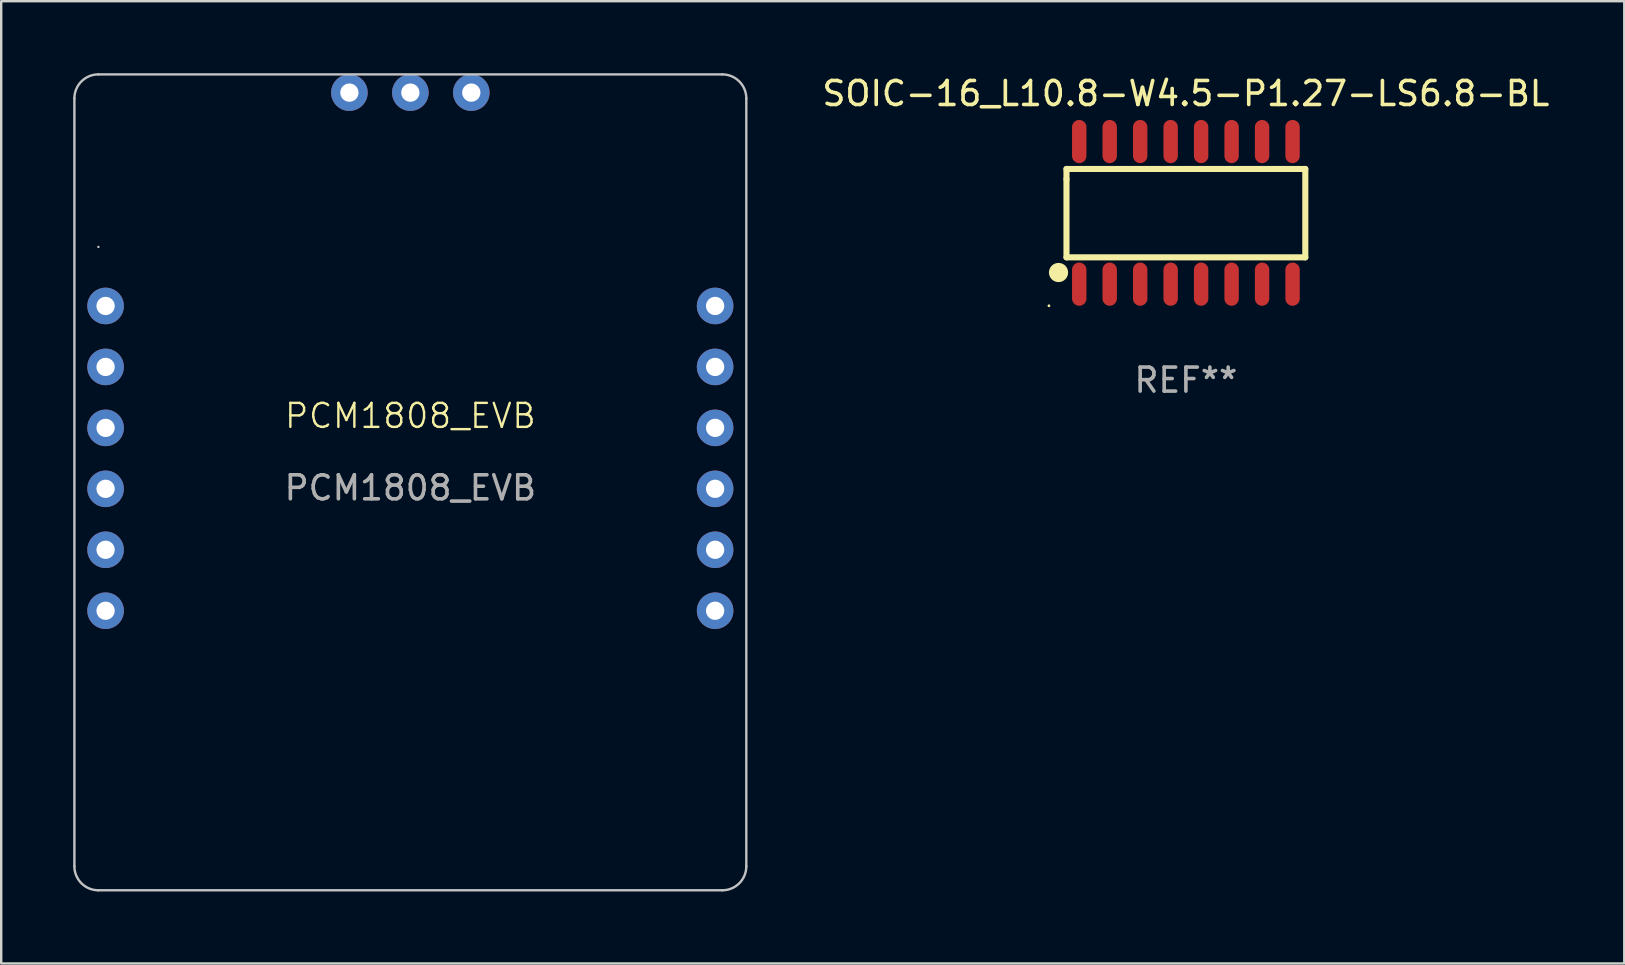
<source format=kicad_pcb>
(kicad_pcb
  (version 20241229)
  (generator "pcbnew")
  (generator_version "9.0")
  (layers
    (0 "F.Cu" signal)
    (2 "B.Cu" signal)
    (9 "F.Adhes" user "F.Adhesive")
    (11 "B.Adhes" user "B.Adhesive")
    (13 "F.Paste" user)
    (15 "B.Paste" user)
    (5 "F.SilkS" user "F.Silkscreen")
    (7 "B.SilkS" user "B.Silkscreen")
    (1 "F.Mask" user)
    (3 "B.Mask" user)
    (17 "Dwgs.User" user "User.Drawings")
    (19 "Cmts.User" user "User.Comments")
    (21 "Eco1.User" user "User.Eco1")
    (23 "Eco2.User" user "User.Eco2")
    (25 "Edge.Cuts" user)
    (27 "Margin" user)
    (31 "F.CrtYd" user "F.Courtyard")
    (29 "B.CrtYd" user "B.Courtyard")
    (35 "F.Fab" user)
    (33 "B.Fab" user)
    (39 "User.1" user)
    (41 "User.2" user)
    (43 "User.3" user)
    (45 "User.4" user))
  (footprint "PCM1808_EVB"
    (layer "F.Cu")
    (at 14.05 16.05)
    (property "Reference" "PCM1808_EVB" (at 0 -1.77 0) (unlocked yes) (layer "F.SilkS") (effects (font (size 1 1) (thickness 0.1))))
    (attr through_hole)
    (fp_line (start -14 17) (end -14 -15) (stroke (width 0.1) (type default)) (layer "Dwgs.User"))
    (fp_line (start -13 -16) (end 13 -16) (stroke (width 0.1) (type default)) (layer "Dwgs.User"))
    (fp_line (start -13 -8.81) (end -13 -8.81) (stroke (width 0.1) (type default)) (layer "Dwgs.User"))
    (fp_line (start 13 18) (end -13 18) (stroke (width 0.1) (type default)) (layer "Dwgs.User"))
    (fp_line (start 14 -15) (end 14 17) (stroke (width 0.1) (type default)) (layer "Dwgs.User"))
    (fp_arc (start -14 -15) (mid -13.707107 -15.707107) (end -13 -16) (stroke (width 0.1) (type default)) (layer "Dwgs.User"))
    (fp_arc (start -13 18) (mid -13.707107 17.707107) (end -14 17) (stroke (width 0.1) (type default)) (layer "Dwgs.User"))
    (fp_arc (start 13 -16) (mid 13.707107 -15.707107) (end 14 -15) (stroke (width 0.1) (type default)) (layer "Dwgs.User"))
    (fp_arc (start 14 17) (mid 13.707107 17.707107) (end 13 18) (stroke (width 0.1) (type default)) (layer "Dwgs.User"))
    (fp_text user "${REFERENCE}" (at 0 1.23 0) (unlocked yes) (layer "F.Fab") (effects (font (size 1 1) (thickness 0.15))))
    (pad "1" thru_hole circle (at -12.7 6.35) (size 1.524 1.524) (drill 0.762) (layers "*.Cu" "*.Mask"))
    (pad "2" thru_hole circle (at -12.7 3.81) (size 1.524 1.524) (drill 0.762) (layers "*.Cu" "*.Mask"))
    (pad "3" thru_hole circle (at -12.7 1.27) (size 1.524 1.524) (drill 0.762) (layers "*.Cu" "*.Mask"))
    (pad "4" thru_hole circle (at -12.7 -1.27) (size 1.524 1.524) (drill 0.762) (layers "*.Cu" "*.Mask"))
    (pad "5" thru_hole circle (at -12.7 -3.81) (size 1.524 1.524) (drill 0.762) (layers "*.Cu" "*.Mask"))
    (pad "6" thru_hole circle (at -12.7 -6.35) (size 1.524 1.524) (drill 0.762) (layers "*.Cu" "*.Mask"))
    (pad "7" thru_hole circle (at -2.54 -15.24) (size 1.524 1.524) (drill 0.762) (layers "*.Cu" "*.Mask"))
    (pad "8" thru_hole circle (at 0 -15.24) (size 1.524 1.524) (drill 0.762) (layers "*.Cu" "*.Mask"))
    (pad "9" thru_hole circle (at 2.54 -15.24) (size 1.524 1.524) (drill 0.762) (layers "*.Cu" "*.Mask"))
    (pad "10" thru_hole circle (at 12.7 -6.35) (size 1.524 1.524) (drill 0.762) (layers "*.Cu" "*.Mask"))
    (pad "11" thru_hole circle (at 12.7 -3.81) (size 1.524 1.524) (drill 0.762) (layers "*.Cu" "*.Mask"))
    (pad "12" thru_hole circle (at 12.7 -1.27) (size 1.524 1.524) (drill 0.762) (layers "*.Cu" "*.Mask"))
    (pad "13" thru_hole circle (at 12.7 1.27) (size 1.524 1.524) (drill 0.762) (layers "*.Cu" "*.Mask"))
    (pad "14" thru_hole circle (at 12.7 3.81) (size 1.524 1.524) (drill 0.762) (layers "*.Cu" "*.Mask"))
    (pad "15" thru_hole circle (at 12.7 6.35) (size 1.524 1.524) (drill 0.762) (layers "*.Cu" "*.Mask")))
  (footprint "SOIC-16_L10.8-W4.5-P1.27-LS6.8-BL"
    (layer "F.Cu")
    (at 46.368 5.82)
    (property "Reference" "SOIC-16_L10.8-W4.5-P1.27-LS6.8-BL" (at 0 -4.972 0) (layer "F.SilkS") (effects (font (size 1 1) (thickness 0.15))))
    (attr smd)
    (fp_line (start -4.976 -1.829) (end -4.976 -1.4) (stroke (width 0.254) (type solid)) (layer "F.SilkS"))
    (fp_line (start -4.976 -1.4) (end -4.976 1.854) (stroke (width 0.254) (type solid)) (layer "F.SilkS"))
    (fp_line (start -4.976 1.854) (end 4.976 1.854) (stroke (width 0.254) (type solid)) (layer "F.SilkS"))
    (fp_line (start 4.976 -1.829) (end -4.976 -1.829) (stroke (width 0.254) (type solid)) (layer "F.SilkS"))
    (fp_line (start 4.976 1.854) (end 4.976 -1.829) (stroke (width 0.254) (type solid)) (layer "F.SilkS"))
    (fp_arc (start -5.306071 2.286005) (mid -5.307197 2.686001) (end -5.308899 2.286007) (stroke (width 0.4) (type solid)) (layer "F.SilkS"))
    (fp_circle (center -5.707 3.872) (end -5.677 3.872) (stroke (width 0.06) (type solid)) (fill no) (layer "F.SilkS"))
    (fp_text user "REF**" (at 0 6.972 0) (layer "F.Fab") (effects (font (size 1 1) (thickness 0.15))))
    (pad "1" smd oval (at -4.445 2.972 180) (size 0.6 1.8) (layers "F.Cu" "F.Mask" "F.Paste"))
    (pad "2" smd oval (at -3.175 2.972 180) (size 0.6 1.8) (layers "F.Cu" "F.Mask" "F.Paste"))
    (pad "3" smd oval (at -1.905 2.972 180) (size 0.6 1.8) (layers "F.Cu" "F.Mask" "F.Paste"))
    (pad "4" smd oval (at -0.635 2.972 180) (size 0.6 1.8) (layers "F.Cu" "F.Mask" "F.Paste"))
    (pad "5" smd oval (at 0.635 2.972 180) (size 0.6 1.8) (layers "F.Cu" "F.Mask" "F.Paste"))
    (pad "6" smd oval (at 1.905 2.972 180) (size 0.6 1.8) (layers "F.Cu" "F.Mask" "F.Paste"))
    (pad "7" smd oval (at 3.175 2.972 180) (size 0.6 1.8) (layers "F.Cu" "F.Mask" "F.Paste"))
    (pad "8" smd oval (at 4.445 2.972 180) (size 0.6 1.8) (layers "F.Cu" "F.Mask" "F.Paste"))
    (pad "9" smd oval (at 4.445 -2.972 180) (size 0.6 1.8) (layers "F.Cu" "F.Mask" "F.Paste"))
    (pad "10" smd oval (at 3.175 -2.972 180) (size 0.6 1.8) (layers "F.Cu" "F.Mask" "F.Paste"))
    (pad "11" smd oval (at 1.905 -2.972 180) (size 0.6 1.8) (layers "F.Cu" "F.Mask" "F.Paste"))
    (pad "12" smd oval (at 0.635 -2.972 180) (size 0.6 1.8) (layers "F.Cu" "F.Mask" "F.Paste"))
    (pad "13" smd oval (at -0.635 -2.972 180) (size 0.6 1.8) (layers "F.Cu" "F.Mask" "F.Paste"))
    (pad "14" smd oval (at -1.905 -2.972 180) (size 0.6 1.8) (layers "F.Cu" "F.Mask" "F.Paste"))
    (pad "15" smd oval (at -3.175 -2.972 180) (size 0.6 1.8) (layers "F.Cu" "F.Mask" "F.Paste"))
    (pad "16" smd oval (at -4.445 -2.972 180) (size 0.6 1.8) (layers "F.Cu" "F.Mask" "F.Paste")))
  (gr_rect
    (start -3 -3)
    (end 64.636 37.1)
    (stroke (width 0.1) (type default))
    (fill no)
    (layer "Edge.Cuts")))
</source>
